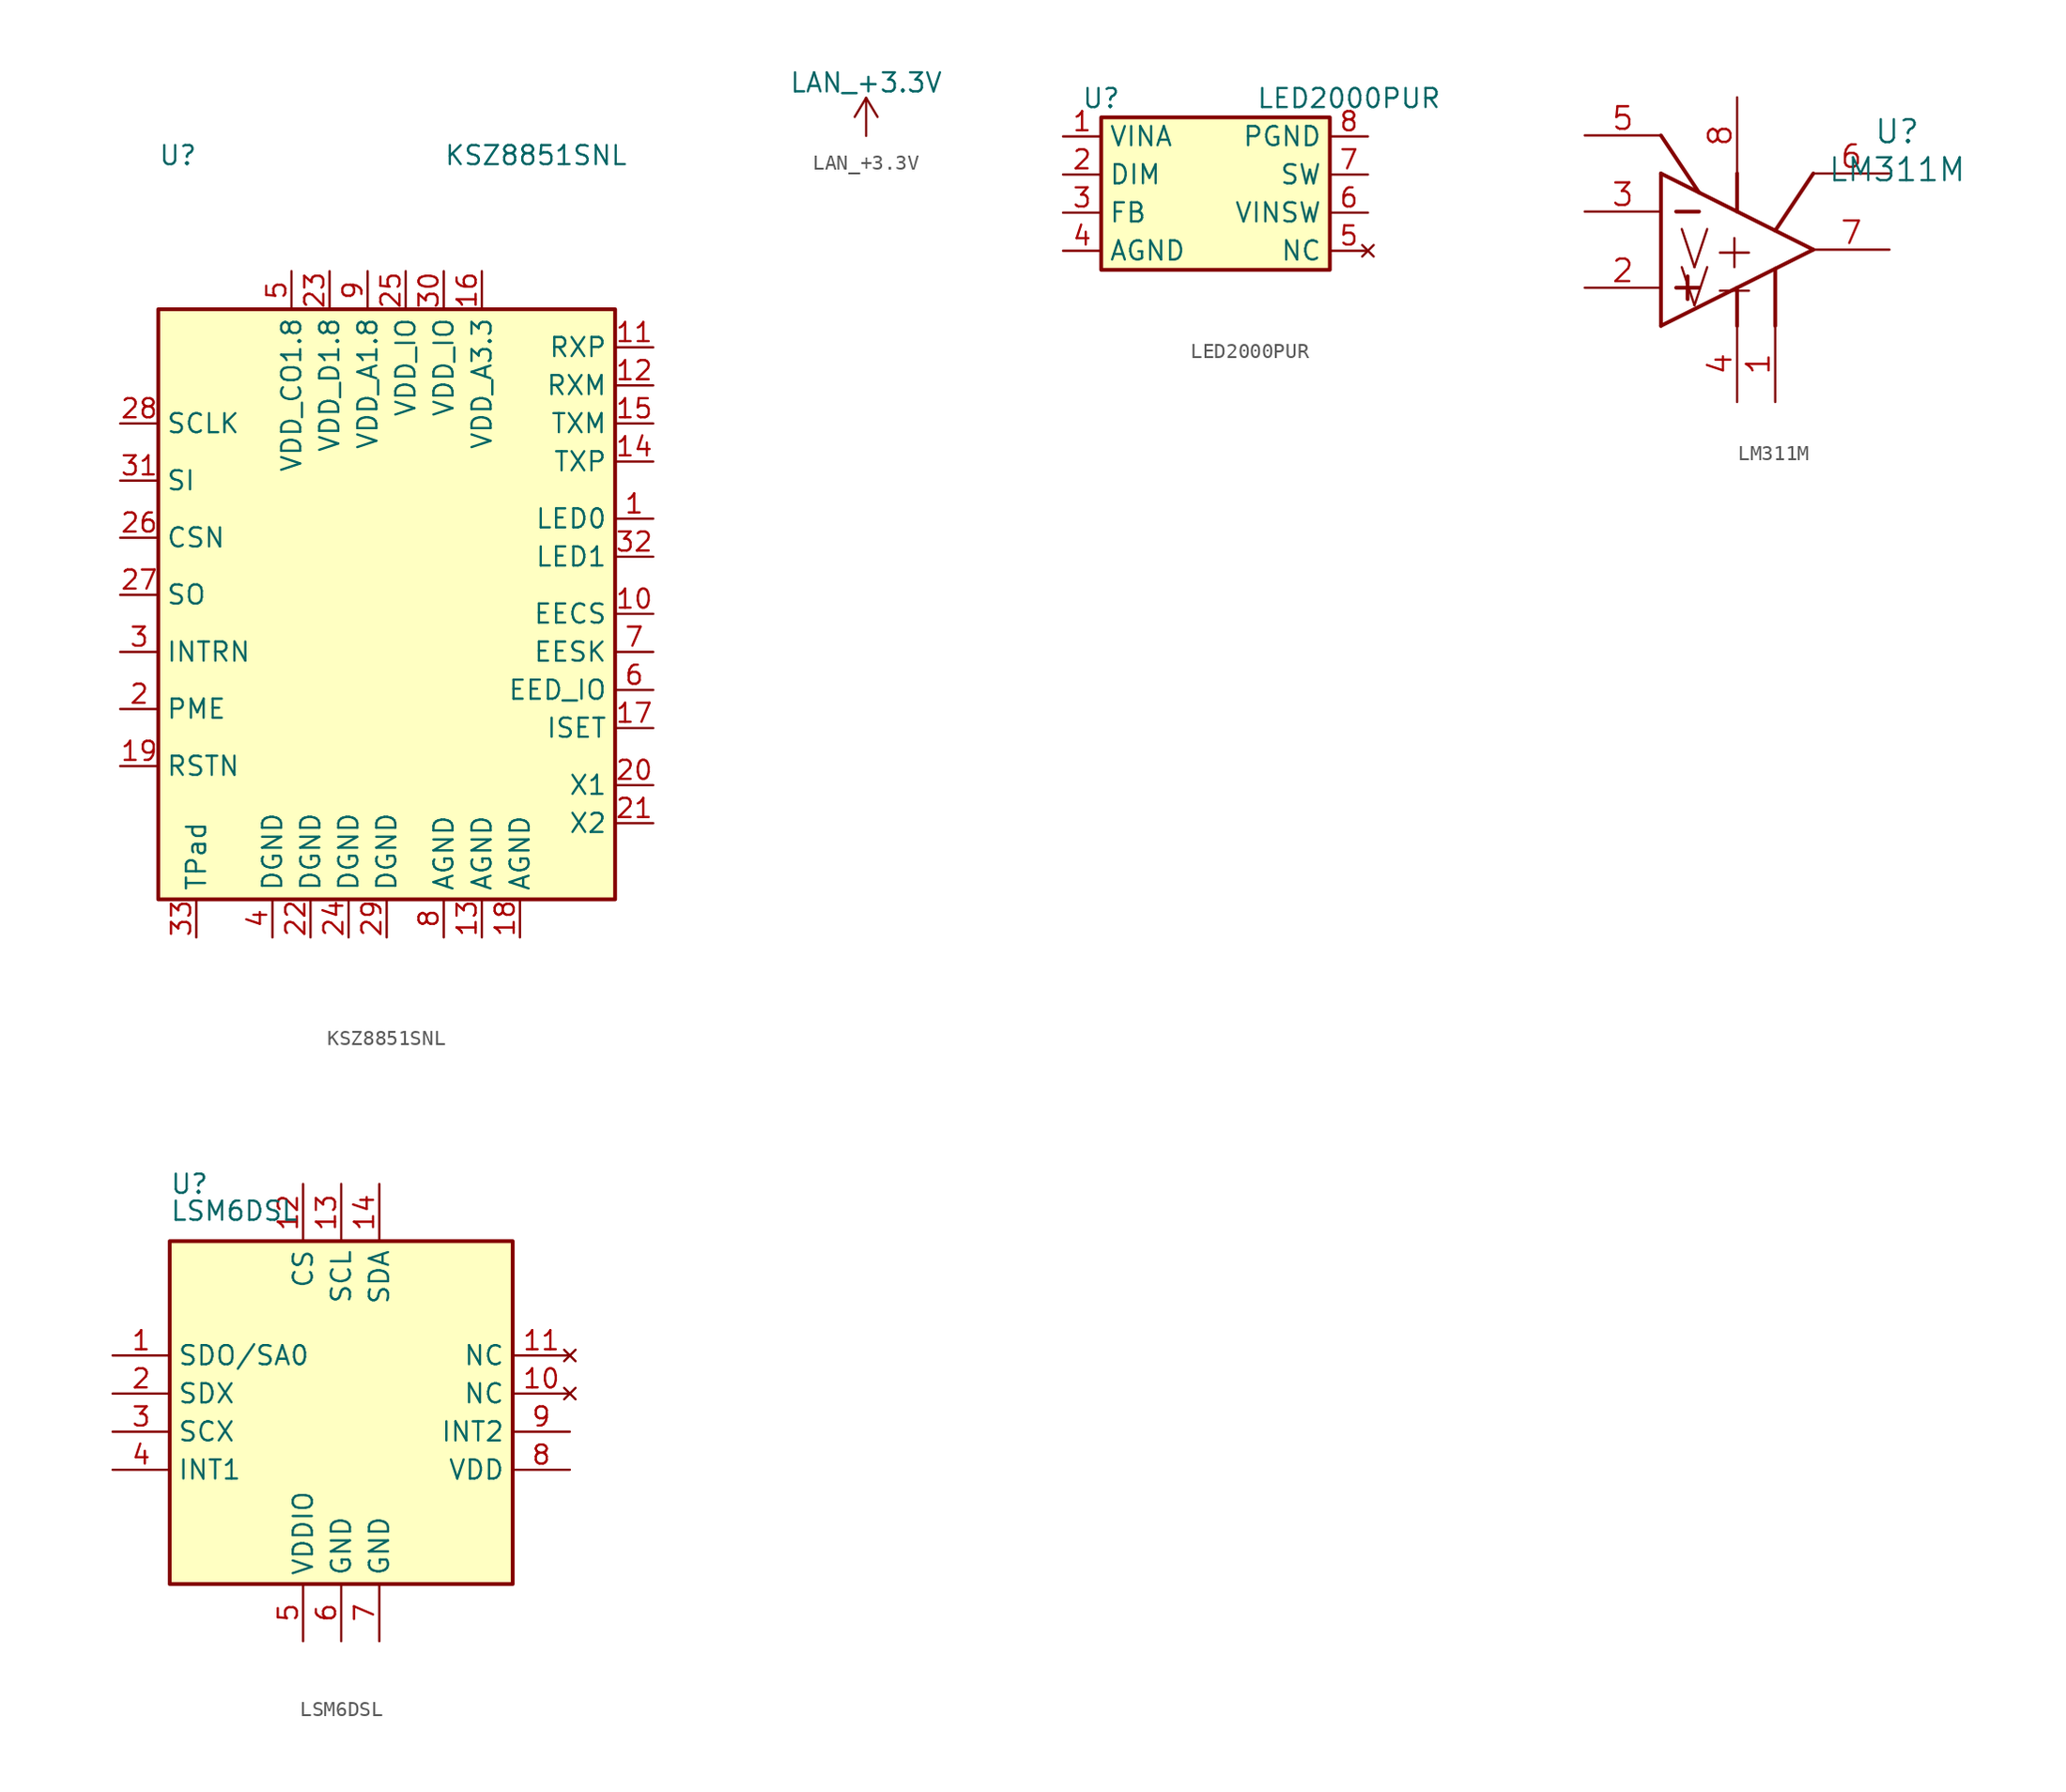
<source format=kicad_sym>
(kicad_symbol_lib
  (version 20201005)
  (generator kicad_symbol_editor)
  (symbol "mSchLibrary:KSZ8851SNL"
    (property "Reference" "U"
      (at -15.24 26.035 0)
      (effects (font (size 1.27 1.27)) (justify left bottom)))
    (property "Value" "KSZ8851SNL"
      (at 3.81 26.035 0)
      (effects (font (size 1.27 1.27)) (justify left bottom)))
    (symbol "KSZ8851SNL_0_0"
      (pin power_in line (at 1.27 19.05 270) (length 2.54) (name "VDD_IO" (effects (font (size 1.27 1.27)))) (number "25" (effects (font (size 1.27 1.27)))))
      (pin input line (at -17.78 1.27 0) (length 2.54) (name "CSN" (effects (font (size 1.27 1.27)))) (number "26" (effects (font (size 1.27 1.27)))))
      (pin output line (at -17.78 -2.54 0) (length 2.54) (name "SO" (effects (font (size 1.27 1.27)))) (number "27" (effects (font (size 1.27 1.27)))))
      (pin input line (at -17.78 8.89 0) (length 2.54) (name "SCLK" (effects (font (size 1.27 1.27)))) (number "28" (effects (font (size 1.27 1.27)))))
      (pin power_in line (at 0 -25.4 90) (length 2.54) (name "DGND" (effects (font (size 1.27 1.27)))) (number "29" (effects (font (size 1.27 1.27)))))
      (pin power_in line (at 3.81 19.05 270) (length 2.54) (name "VDD_IO" (effects (font (size 1.27 1.27)))) (number "30" (effects (font (size 1.27 1.27)))))
      (pin input line (at -17.78 5.08 0) (length 2.54) (name "SI" (effects (font (size 1.27 1.27)))) (number "31" (effects (font (size 1.27 1.27)))))
      (pin output line (at 17.78 0 180) (length 2.54) (name "LED1" (effects (font (size 1.27 1.27)))) (number "32" (effects (font (size 1.27 1.27)))))
      (pin power_in line (at -12.7 -25.4 90) (length 2.54) (name "TPad" (effects (font (size 1.27 1.27)))) (number "33" (effects (font (size 1.27 1.27))))))
    (symbol "KSZ8851SNL_0_1"
      (rectangle (start -15.24 16.51) (end 15.24 -22.86) (stroke (width 0.254)) (fill (type background))))
    (symbol "KSZ8851SNL_1_1"
      (pin output line (at 17.78 2.54 180) (length 2.54) (name "LED0" (effects (font (size 1.27 1.27)))) (number "1" (effects (font (size 1.27 1.27)))))
      (pin output line (at 17.78 -3.81 180) (length 2.54) (name "EECS" (effects (font (size 1.27 1.27)))) (number "10" (effects (font (size 1.27 1.27)))))
      (pin bidirectional line (at 17.78 13.97 180) (length 2.54) (name "RXP" (effects (font (size 1.27 1.27)))) (number "11" (effects (font (size 1.27 1.27)))))
      (pin bidirectional line (at 17.78 11.43 180) (length 2.54) (name "RXM" (effects (font (size 1.27 1.27)))) (number "12" (effects (font (size 1.27 1.27)))))
      (pin power_in line (at 6.35 -25.4 90) (length 2.54) (name "AGND" (effects (font (size 1.27 1.27)))) (number "13" (effects (font (size 1.27 1.27)))))
      (pin bidirectional line (at 17.78 6.35 180) (length 2.54) (name "TXP" (effects (font (size 1.27 1.27)))) (number "14" (effects (font (size 1.27 1.27)))))
      (pin bidirectional line (at 17.78 8.89 180) (length 2.54) (name "TXM" (effects (font (size 1.27 1.27)))) (number "15" (effects (font (size 1.27 1.27)))))
      (pin power_in line (at 6.35 19.05 270) (length 2.54) (name "VDD_A3.3" (effects (font (size 1.27 1.27)))) (number "16" (effects (font (size 1.27 1.27)))))
      (pin output line (at 17.78 -11.43 180) (length 2.54) (name "ISET" (effects (font (size 1.27 1.27)))) (number "17" (effects (font (size 1.27 1.27)))))
      (pin power_in line (at 8.89 -25.4 90) (length 2.54) (name "AGND" (effects (font (size 1.27 1.27)))) (number "18" (effects (font (size 1.27 1.27)))))
      (pin input line (at -17.78 -13.97 0) (length 2.54) (name "RSTN" (effects (font (size 1.27 1.27)))) (number "19" (effects (font (size 1.27 1.27)))))
      (pin output line (at -17.78 -10.16 0) (length 2.54) (name "PME" (effects (font (size 1.27 1.27)))) (number "2" (effects (font (size 1.27 1.27)))))
      (pin input line (at 17.78 -15.24 180) (length 2.54) (name "X1" (effects (font (size 1.27 1.27)))) (number "20" (effects (font (size 1.27 1.27)))))
      (pin output line (at 17.78 -17.78 180) (length 2.54) (name "X2" (effects (font (size 1.27 1.27)))) (number "21" (effects (font (size 1.27 1.27)))))
      (pin power_in line (at -5.08 -25.4 90) (length 2.54) (name "DGND" (effects (font (size 1.27 1.27)))) (number "22" (effects (font (size 1.27 1.27)))))
      (pin power_in line (at -3.81 19.05 270) (length 2.54) (name "VDD_D1.8" (effects (font (size 1.27 1.27)))) (number "23" (effects (font (size 1.27 1.27)))))
      (pin power_in line (at -2.54 -25.4 90) (length 2.54) (name "DGND" (effects (font (size 1.27 1.27)))) (number "24" (effects (font (size 1.27 1.27)))))
      (pin output line (at -17.78 -6.35 0) (length 2.54) (name "INTRN" (effects (font (size 1.27 1.27)))) (number "3" (effects (font (size 1.27 1.27)))))
      (pin power_in line (at -7.62 -25.4 90) (length 2.54) (name "DGND" (effects (font (size 1.27 1.27)))) (number "4" (effects (font (size 1.27 1.27)))))
      (pin power_out line (at -6.35 19.05 270) (length 2.54) (name "VDD_CO1.8" (effects (font (size 1.27 1.27)))) (number "5" (effects (font (size 1.27 1.27)))))
      (pin bidirectional line (at 17.78 -8.89 180) (length 2.54) (name "EED_IO" (effects (font (size 1.27 1.27)))) (number "6" (effects (font (size 1.27 1.27)))))
      (pin output line (at 17.78 -6.35 180) (length 2.54) (name "EESK" (effects (font (size 1.27 1.27)))) (number "7" (effects (font (size 1.27 1.27)))))
      (pin power_in line (at 3.81 -25.4 90) (length 2.54) (name "AGND" (effects (font (size 1.27 1.27)))) (number "8" (effects (font (size 1.27 1.27)))))
      (pin power_in line (at -1.27 19.05 270) (length 2.54) (name "VDD_A1.8" (effects (font (size 1.27 1.27)))) (number "9" (effects (font (size 1.27 1.27)))))))
  (symbol "mSchLibrary:LAN_+3.3V"
    (power)
    (pin_names
      (offset 0))
    (property "Reference" "#PWR"
      (at 5.08 -2.54 0)
      (effects (font (size 1.27 1.27)) hide))
    (property "Value" "LAN_+3.3V"
      (at 0 3.556 0)
      (effects (font (size 1.27 1.27))))
    (symbol "LAN_+3.3V_0_1"
      (polyline (pts (xy -0.762 1.27) (xy 0 2.54)) (stroke (width 0)) (fill (type none)))
      (polyline (pts (xy 0 0) (xy 0 2.54)) (stroke (width 0)) (fill (type none)))
      (polyline (pts (xy 0 2.54) (xy 0.762 1.27)) (stroke (width 0)) (fill (type none))))
    (symbol "LAN_+3.3V_1_1"
      (pin power_in line (at 0 0 0) (length 0) hide (name "LAN_+3.3V" (effects (font (size 1.27 1.27)))) (number "1" (effects (font (size 1.27 1.27)))))))
  (symbol "mSchLibrary:LED2000PUR"
    (property "Reference" "U"
      (at -7.62 6.35 0)
      (effects (font (size 1.27 1.27))))
    (property "Value" "LED2000PUR"
      (at 8.89 6.35 0)
      (effects (font (size 1.27 1.27))))
    (symbol "LED2000PUR_1_0"
      (pin power_in line (at -10.16 3.81 0) (length 2.54) (name "VINA" (effects (font (size 1.27 1.27)))) (number "1" (effects (font (size 1.27 1.27)))))
      (pin input line (at -10.16 1.27 0) (length 2.54) (name "DIM" (effects (font (size 1.27 1.27)))) (number "2" (effects (font (size 1.27 1.27)))))
      (pin input line (at -10.16 -1.27 0) (length 2.54) (name "FB" (effects (font (size 1.27 1.27)))) (number "3" (effects (font (size 1.27 1.27)))))
      (pin power_out line (at -10.16 -3.81 0) (length 2.54) (name "AGND" (effects (font (size 1.27 1.27)))) (number "4" (effects (font (size 1.27 1.27)))))
      (pin no_connect line (at 10.16 -3.81 180) (length 2.54) (name "NC" (effects (font (size 1.27 1.27)))) (number "5" (effects (font (size 1.27 1.27)))))
      (pin power_in line (at 10.16 -1.27 180) (length 2.54) (name "VINSW" (effects (font (size 1.27 1.27)))) (number "6" (effects (font (size 1.27 1.27)))))
      (pin power_out line (at 10.16 1.27 180) (length 2.54) (name "SW" (effects (font (size 1.27 1.27)))) (number "7" (effects (font (size 1.27 1.27)))))
      (pin power_in line (at 10.16 3.81 180) (length 2.54) (name "PGND" (effects (font (size 1.27 1.27)))) (number "8" (effects (font (size 1.27 1.27)))))
      (pin power_in line (at 0 -7.62 90) (length 2.54) hide (name "GND" (effects (font (size 1.27 1.27)))) (number "9" (effects (font (size 1.27 1.27))))))
    (symbol "LED2000PUR_1_1"
      (rectangle (start -7.62 5.08) (end 7.62 -5.08) (stroke (width 0.254)) (fill (type background)))))
  (symbol "mSchLibrary:LM311M"
    (pin_names
      (offset 0) hide)
    (property "Reference" "U"
      (at 15.748 2.794 0)
      (effects (font (size 1.524 1.524))))
    (property "Value" "LM311M"
      (at 15.748 0.254 0)
      (effects (font (size 1.524 1.524))))
    (property "Datasheet" ""
      (at 0 0 0)
      (effects (font (size 1.524 1.524))))
    (property "ki_locked" ""
      (at 0 0 0)
      (effects (font (size 1.27 1.27))))
    (symbol "LM311M_0_0"
      (text "V+" (at 3.81 -5.08 0) (effects (font (size 2.54 2.54))))
      (text "V-" (at 3.81 -7.62 0) (effects (font (size 2.54 2.54)))))
    (symbol "LM311M_1_1"
      (polyline (pts (xy 0 -10.16) (xy 10.16 -5.08)) (stroke (width 0.254)) (fill (type none)))
      (polyline (pts (xy 0 0) (xy 0 -10.16)) (stroke (width 0.254)) (fill (type none)))
      (polyline (pts (xy 0 0) (xy 10.16 -5.08)) (stroke (width 0.254)) (fill (type none)))
      (polyline (pts (xy 0 2.54) (xy 2.54 -1.27)) (stroke (width 0.254)) (fill (type none)))
      (polyline (pts (xy 1.016 -7.62) (xy 2.54 -7.62)) (stroke (width 0.254)) (fill (type none)))
      (polyline (pts (xy 1.016 -2.54) (xy 2.54 -2.54)) (stroke (width 0.254)) (fill (type none)))
      (polyline (pts (xy 1.778 -6.858) (xy 1.778 -8.382)) (stroke (width 0.254)) (fill (type none)))
      (polyline (pts (xy 5.08 -7.62) (xy 5.08 -10.16)) (stroke (width 0.254)) (fill (type none)))
      (polyline (pts (xy 5.08 0) (xy 5.08 -2.54)) (stroke (width 0.254)) (fill (type none)))
      (polyline (pts (xy 7.62 -10.16) (xy 7.62 -6.35)) (stroke (width 0.254)) (fill (type none)))
      (polyline (pts (xy 7.62 -3.81) (xy 10.16 0)) (stroke (width 0.254)) (fill (type none)))
      (pin power_in line (at 7.62 -15.24 90) (length 5.08) (name "GND" (effects (font (size 1.499 1.499)))) (number "1" (effects (font (size 1.499 1.499)))))
      (pin input line (at -5.08 -7.62 0) (length 5.08) (name "IN+" (effects (font (size 1.499 1.499)))) (number "2" (effects (font (size 1.499 1.499)))))
      (pin input line (at -5.08 -2.54 0) (length 5.08) (name "IN-" (effects (font (size 1.499 1.499)))) (number "3" (effects (font (size 1.499 1.499)))))
      (pin power_in line (at 5.08 -15.24 90) (length 5.08) (name "V-" (effects (font (size 1.499 1.499)))) (number "4" (effects (font (size 1.499 1.499)))))
      (pin passive line (at -5.08 2.54 0) (length 5.08) (name "BAL" (effects (font (size 1.499 1.499)))) (number "5" (effects (font (size 1.499 1.499)))))
      (pin passive line (at 15.24 0 180) (length 5.08) (name "BAL/STB" (effects (font (size 1.499 1.499)))) (number "6" (effects (font (size 1.499 1.499)))))
      (pin output line (at 15.24 -5.08 180) (length 5.08) (name "OUT" (effects (font (size 1.499 1.499)))) (number "7" (effects (font (size 1.499 1.499)))))
      (pin power_in line (at 5.08 5.08 270) (length 5.08) (name "V+" (effects (font (size 1.499 1.499)))) (number "8" (effects (font (size 1.499 1.499)))))))
  (symbol "mSchLibrary:LSM6DSL"
    (property "Reference" "U"
      (at -11.43 15.24 0)
      (effects (font (size 1.27 1.27)) (justify left)))
    (property "Value" "LSM6DSL"
      (at -11.43 12.7 0)
      (effects (font (size 1.27 1.27)) (justify left bottom)))
    (symbol "LSM6DSL_0_1"
      (rectangle (start 11.43 11.43) (end -11.43 -11.43) (stroke (width 0.254)) (fill (type background))))
    (symbol "LSM6DSL_1_1"
      (pin bidirectional line (at -15.24 3.81 0) (length 3.81) (name "SDO/SA0" (effects (font (size 1.27 1.27)))) (number "1" (effects (font (size 1.27 1.27)))))
      (pin no_connect line (at 15.24 1.27 180) (length 3.81) (name "NC" (effects (font (size 1.27 1.27)))) (number "10" (effects (font (size 1.27 1.27)))))
      (pin no_connect line (at 15.24 3.81 180) (length 3.81) (name "NC" (effects (font (size 1.27 1.27)))) (number "11" (effects (font (size 1.27 1.27)))))
      (pin input line (at -2.54 15.24 270) (length 3.81) (name "CS" (effects (font (size 1.27 1.27)))) (number "12" (effects (font (size 1.27 1.27)))))
      (pin input line (at 0 15.24 270) (length 3.81) (name "SCL" (effects (font (size 1.27 1.27)))) (number "13" (effects (font (size 1.27 1.27)))))
      (pin bidirectional line (at 2.54 15.24 270) (length 3.81) (name "SDA" (effects (font (size 1.27 1.27)))) (number "14" (effects (font (size 1.27 1.27)))))
      (pin bidirectional line (at -15.24 1.27 0) (length 3.81) (name "SDX" (effects (font (size 1.27 1.27)))) (number "2" (effects (font (size 1.27 1.27)))))
      (pin input line (at -15.24 -1.27 0) (length 3.81) (name "SCX" (effects (font (size 1.27 1.27)))) (number "3" (effects (font (size 1.27 1.27)))))
      (pin output line (at -15.24 -3.81 0) (length 3.81) (name "INT1" (effects (font (size 1.27 1.27)))) (number "4" (effects (font (size 1.27 1.27)))))
      (pin power_in line (at -2.54 -15.24 90) (length 3.81) (name "VDDIO" (effects (font (size 1.27 1.27)))) (number "5" (effects (font (size 1.27 1.27)))))
      (pin power_in line (at 0 -15.24 90) (length 3.81) (name "GND" (effects (font (size 1.27 1.27)))) (number "6" (effects (font (size 1.27 1.27)))))
      (pin power_in line (at 2.54 -15.24 90) (length 3.81) (name "GND" (effects (font (size 1.27 1.27)))) (number "7" (effects (font (size 1.27 1.27)))))
      (pin power_in line (at 15.24 -3.81 180) (length 3.81) (name "VDD" (effects (font (size 1.27 1.27)))) (number "8" (effects (font (size 1.27 1.27)))))
      (pin output line (at 15.24 -1.27 180) (length 3.81) (name "INT2" (effects (font (size 1.27 1.27)))) (number "9" (effects (font (size 1.27 1.27))))))))
</source>
